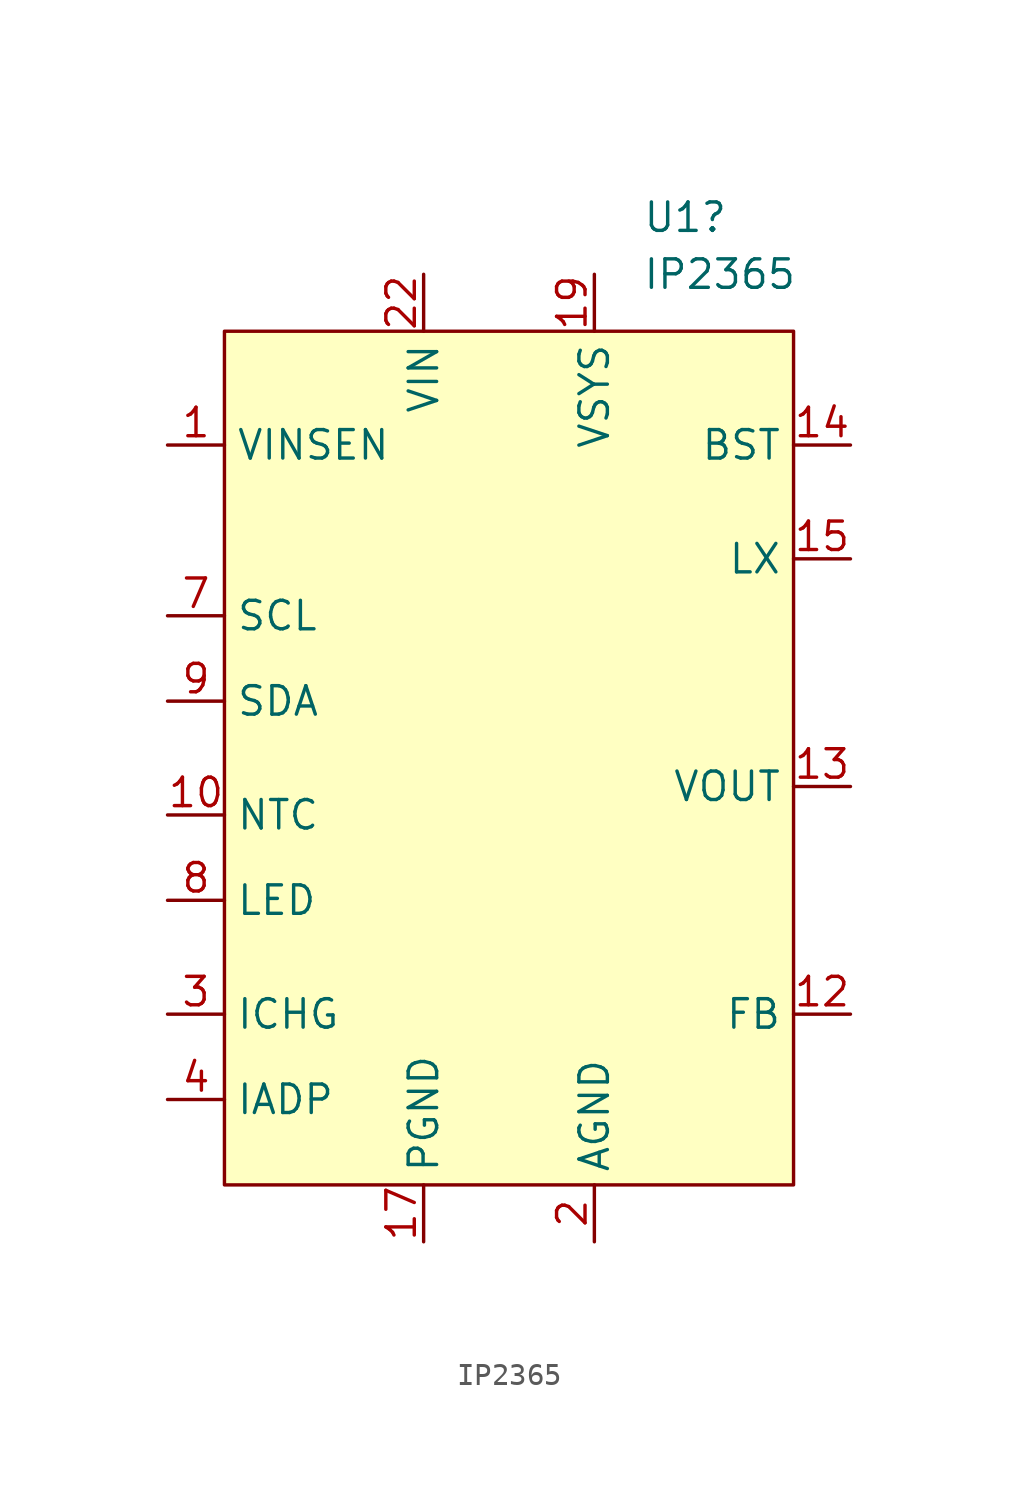
<source format=kicad_sym>
(kicad_symbol_lib
  (version 20241209)
  (generator "kicad_symbol_editor")
  (generator_version "9.0")
  (symbol "IP2365"
    (property "Reference" "U1"
      (at 5.953 22.86 0)
      (effects (font (size 1.27 1.27)) (justify left)))
    (property "Value" "IP2365"
      (at 5.953 20.32 0)
      (effects (font (size 1.27 1.27)) (justify left)))
    (symbol "IP2365_1_1"
      (rectangle (start -12.7 17.78) (end 12.7 -20.32) (stroke (width 0) (type solid)) (fill (type background)))
      (pin input line (at -15.24 12.7 0) (length 2.54) (name "VINSEN" (effects (font (size 1.27 1.27)))) (number "1" (effects (font (size 1.27 1.27)))))
      (pin input line (at -15.24 5.08 0) (length 2.54) (name "SCL" (effects (font (size 1.27 1.27)))) (number "7" (effects (font (size 1.27 1.27)))))
      (pin input line (at -15.24 1.27 0) (length 2.54) (name "SDA" (effects (font (size 1.27 1.27)))) (number "9" (effects (font (size 1.27 1.27)))))
      (pin input line (at -15.24 -3.81 0) (length 2.54) (name "NTC" (effects (font (size 1.27 1.27)))) (number "10" (effects (font (size 1.27 1.27)))))
      (pin input line (at -15.24 -7.62 0) (length 2.54) (name "LED" (effects (font (size 1.27 1.27)))) (number "8" (effects (font (size 1.27 1.27)))))
      (pin input line (at -15.24 -12.7 0) (length 2.54) (name "ICHG" (effects (font (size 1.27 1.27)))) (number "3" (effects (font (size 1.27 1.27)))))
      (pin input line (at -15.24 -16.51 0) (length 2.54) (name "IADP" (effects (font (size 1.27 1.27)))) (number "4" (effects (font (size 1.27 1.27)))))
      (pin input line (at -3.81 20.32 270) (length 2.54) (name "VIN" (effects (font (size 1.27 1.27)))) (number "22" (effects (font (size 1.27 1.27)))))
      (pin input line (at -3.81 20.32 270) (length 2.54) (hide yes) (name "VIN" (effects (font (size 1.27 1.27)))) (number "23" (effects (font (size 1.27 1.27)))))
      (pin input line (at -3.81 20.32 270) (length 2.54) (hide yes) (name "VIN" (effects (font (size 1.27 1.27)))) (number "24" (effects (font (size 1.27 1.27)))))
      (pin input line (at -3.81 -22.86 90) (length 2.54) (name "PGND" (effects (font (size 1.27 1.27)))) (number "17" (effects (font (size 1.27 1.27)))))
      (pin input line (at -3.81 -22.86 90) (length 2.54) (hide yes) (name "PGND" (effects (font (size 1.27 1.27)))) (number "18" (effects (font (size 1.27 1.27)))))
      (pin input line (at -3.81 -22.86 90) (length 2.54) (hide yes) (name "EPAD" (effects (font (size 1.27 1.27)))) (number "25" (effects (font (size 1.27 1.27)))))
      (pin input line (at 3.81 20.32 270) (length 2.54) (name "VSYS" (effects (font (size 1.27 1.27)))) (number "19" (effects (font (size 1.27 1.27)))))
      (pin input line (at 3.81 20.32 270) (length 2.54) (hide yes) (name "VSYS" (effects (font (size 1.27 1.27)))) (number "20" (effects (font (size 1.27 1.27)))))
      (pin input line (at 3.81 20.32 270) (length 2.54) (hide yes) (name "VSYS" (effects (font (size 1.27 1.27)))) (number "21" (effects (font (size 1.27 1.27)))))
      (pin input line (at 3.81 -22.86 90) (length 2.54) (hide yes) (name "AGND" (effects (font (size 1.27 1.27)))) (number "11" (effects (font (size 1.27 1.27)))))
      (pin input line (at 3.81 -22.86 90) (length 2.54) (name "AGND" (effects (font (size 1.27 1.27)))) (number "2" (effects (font (size 1.27 1.27)))))
      (pin input line (at 15.24 12.7 180) (length 2.54) (name "BST" (effects (font (size 1.27 1.27)))) (number "14" (effects (font (size 1.27 1.27)))))
      (pin input line (at 15.24 7.62 180) (length 2.54) (name "LX" (effects (font (size 1.27 1.27)))) (number "15" (effects (font (size 1.27 1.27)))))
      (pin input line (at 15.24 7.62 180) (length 2.54) (hide yes) (name "LX" (effects (font (size 1.27 1.27)))) (number "16" (effects (font (size 1.27 1.27)))))
      (pin input line (at 15.24 -2.54 180) (length 2.54) (name "VOUT" (effects (font (size 1.27 1.27)))) (number "13" (effects (font (size 1.27 1.27)))))
      (pin input line (at 15.24 -12.7 180) (length 2.54) (name "FB" (effects (font (size 1.27 1.27)))) (number "12" (effects (font (size 1.27 1.27)))))
      (pin input line (at 15.24 -16.51 180) (length 2.54) (hide yes) (name "NC" (effects (font (size 1.27 1.27)))) (number "5" (effects (font (size 1.27 1.27)))))
      (pin input line (at 15.24 -16.51 180) (length 2.54) (hide yes) (name "NC" (effects (font (size 1.27 1.27)))) (number "6" (effects (font (size 1.27 1.27))))))))
</source>
